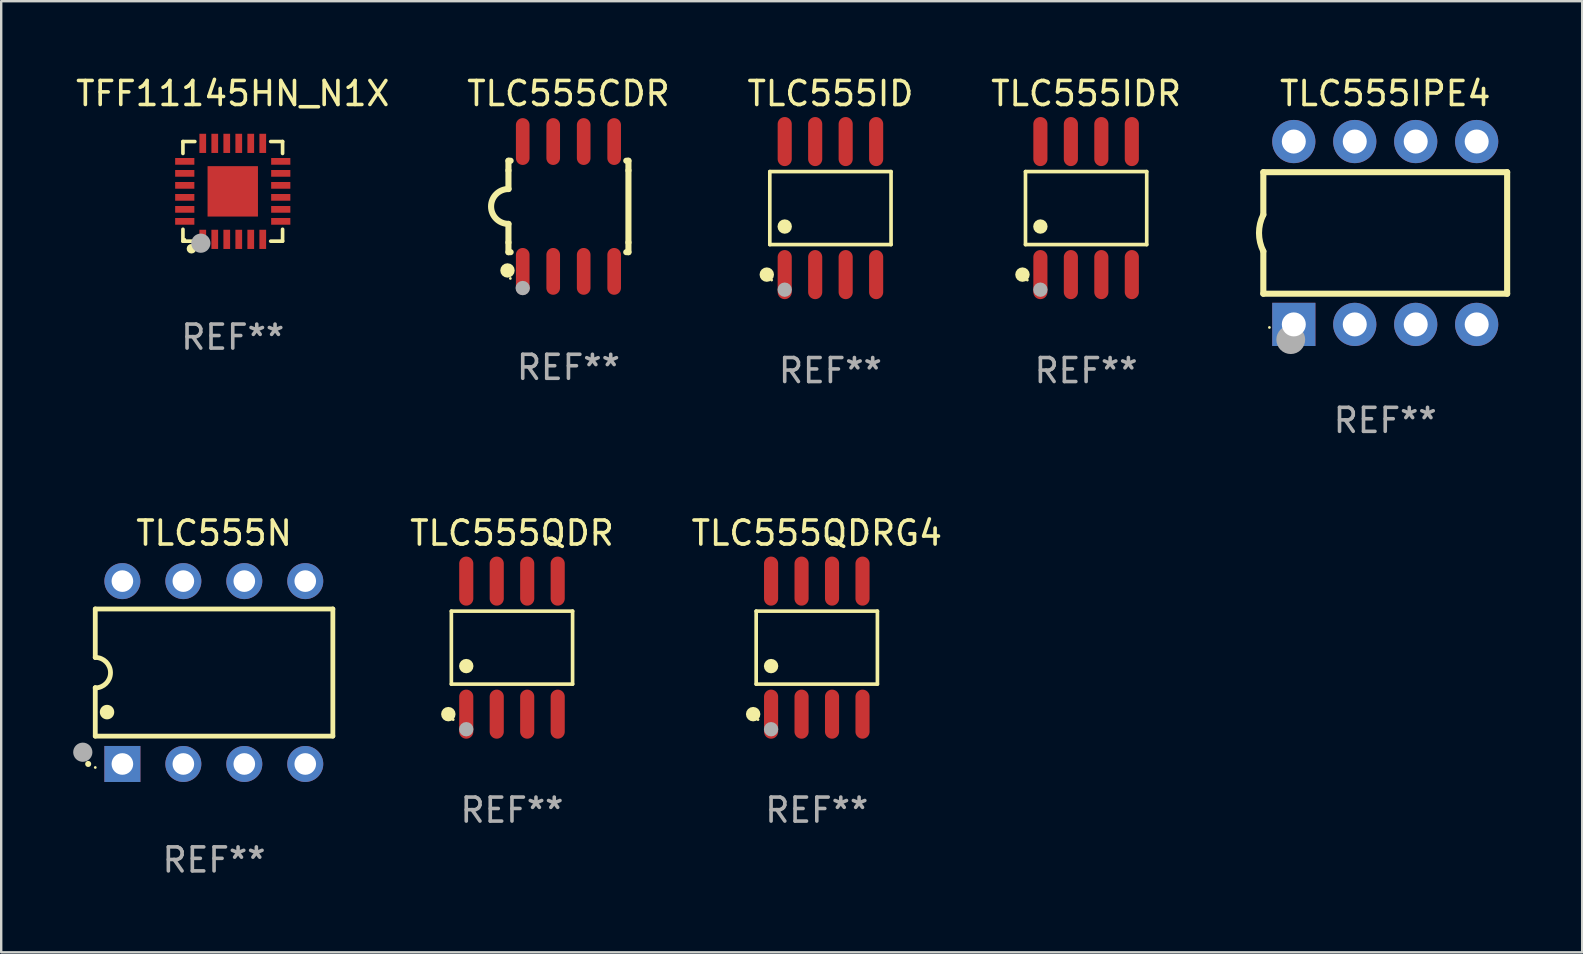
<source format=kicad_pcb>
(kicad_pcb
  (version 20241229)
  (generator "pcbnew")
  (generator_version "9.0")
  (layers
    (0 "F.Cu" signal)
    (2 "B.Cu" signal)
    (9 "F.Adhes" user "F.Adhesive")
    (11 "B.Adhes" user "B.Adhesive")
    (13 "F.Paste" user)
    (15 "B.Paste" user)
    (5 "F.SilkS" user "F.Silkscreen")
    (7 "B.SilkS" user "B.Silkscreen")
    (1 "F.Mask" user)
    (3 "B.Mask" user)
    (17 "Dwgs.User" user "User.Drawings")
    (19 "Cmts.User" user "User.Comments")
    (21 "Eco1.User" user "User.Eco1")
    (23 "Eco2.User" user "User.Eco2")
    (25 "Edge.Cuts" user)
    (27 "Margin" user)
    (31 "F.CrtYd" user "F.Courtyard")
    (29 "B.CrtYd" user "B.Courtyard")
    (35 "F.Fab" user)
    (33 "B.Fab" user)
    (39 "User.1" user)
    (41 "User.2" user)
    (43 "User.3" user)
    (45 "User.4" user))
  (footprint "TLC555QDR"
    (layer "F.Cu")
    (at 18.284 23.937)
    (property "Reference" "TLC555QDR" (at 0 -4.772 0) (layer "F.SilkS") (effects (font (size 1 1) (thickness 0.15))))
    (attr through_hole)
    (fp_line (start -2.526 -1.521) (end 2.526 -1.521) (stroke (width 0.152) (type solid)) (layer "F.SilkS"))
    (fp_line (start -2.526 1.521) (end -2.526 -1.521) (stroke (width 0.152) (type solid)) (layer "F.SilkS"))
    (fp_line (start 2.526 -1.521) (end 2.526 1.521) (stroke (width 0.152) (type solid)) (layer "F.SilkS"))
    (fp_line (start 2.526 1.521) (end -2.526 1.521) (stroke (width 0.152) (type solid)) (layer "F.SilkS"))
    (fp_circle (center -2.652 2.772) (end -2.501 2.772) (stroke (width 0.3) (type solid)) (fill no) (layer "F.SilkS"))
    (fp_circle (center -2.45 3) (end -2.42 3) (stroke (width 0.06) (type solid)) (fill no) (layer "F.SilkS"))
    (fp_circle (center -1.905 0.769) (end -1.755 0.769) (stroke (width 0.3) (type solid)) (fill no) (layer "F.SilkS"))
    (fp_circle (center -1.905 3.4) (end -1.755 3.4) (stroke (width 0.3) (type solid)) (fill no) (layer "F.Fab"))
    (fp_text user "REF**" (at 0 6.772 0) (layer "F.Fab") (effects (font (size 1 1) (thickness 0.15))))
    (pad "1" smd oval (at -1.905 2.772) (size 0.588 2.045) (layers "F.Cu" "F.Mask" "F.Paste"))
    (pad "2" smd oval (at -0.635 2.772) (size 0.588 2.045) (layers "F.Cu" "F.Mask" "F.Paste"))
    (pad "3" smd oval (at 0.635 2.772) (size 0.588 2.045) (layers "F.Cu" "F.Mask" "F.Paste"))
    (pad "4" smd oval (at 1.905 2.772) (size 0.588 2.045) (layers "F.Cu" "F.Mask" "F.Paste"))
    (pad "5" smd oval (at 1.905 -2.772) (size 0.588 2.045) (layers "F.Cu" "F.Mask" "F.Paste"))
    (pad "6" smd oval (at 0.635 -2.772) (size 0.588 2.045) (layers "F.Cu" "F.Mask" "F.Paste"))
    (pad "7" smd oval (at -0.635 -2.772) (size 0.588 2.045) (layers "F.Cu" "F.Mask" "F.Paste"))
    (pad "8" smd oval (at -1.905 -2.772) (size 0.588 2.045) (layers "F.Cu" "F.Mask" "F.Paste")))
  (footprint "TLC555CDR"
    (layer "F.Cu")
    (at 20.637 5.553)
    (property "Reference" "TLC555CDR" (at 0 -4.705 0) (layer "F.SilkS") (effects (font (size 1 1) (thickness 0.15))))
    (attr through_hole)
    (fp_line (start -2.5 -1.905) (end -2.409 -1.905) (stroke (width 0.254) (type solid)) (layer "F.SilkS"))
    (fp_line (start -2.5 -1.5) (end -2.5 -1.905) (stroke (width 0.254) (type solid)) (layer "F.SilkS"))
    (fp_line (start -2.5 -1.5) (end -2.5 -0.726) (stroke (width 0.254) (type solid)) (layer "F.SilkS"))
    (fp_line (start -2.5 1.5) (end -2.5 0.727) (stroke (width 0.254) (type solid)) (layer "F.SilkS"))
    (fp_line (start -2.5 1.5) (end -2.5 1.905) (stroke (width 0.254) (type solid)) (layer "F.SilkS"))
    (fp_line (start -2.5 1.905) (end -2.409 1.905) (stroke (width 0.254) (type solid)) (layer "F.SilkS"))
    (fp_line (start 2.5 -1.905) (end 2.409 -1.905) (stroke (width 0.254) (type solid)) (layer "F.SilkS"))
    (fp_line (start 2.5 -1.5) (end 2.5 -1.905) (stroke (width 0.254) (type solid)) (layer "F.SilkS"))
    (fp_line (start 2.5 -1.5) (end 2.5 1.5) (stroke (width 0.254) (type solid)) (layer "F.SilkS"))
    (fp_line (start 2.5 1.5) (end 2.5 1.905) (stroke (width 0.254) (type solid)) (layer "F.SilkS"))
    (fp_line (start 2.5 1.905) (end 2.409 1.905) (stroke (width 0.254) (type solid)) (layer "F.SilkS"))
    (fp_arc (start -2.5 0.726568) (mid -3.220316 -0.0023) (end -2.495097 -0.726289) (stroke (width 0.254001) (type solid)) (layer "F.SilkS"))
    (fp_circle (center -2.54 2.667) (end -2.39 2.667) (stroke (width 0.3) (type solid)) (fill no) (layer "F.SilkS"))
    (fp_circle (center -2.42 3) (end -2.39 3) (stroke (width 0.06) (type solid)) (fill no) (layer "F.SilkS"))
    (fp_circle (center -1.905 3.4) (end -1.755 3.4) (stroke (width 0.3) (type solid)) (fill no) (layer "F.Fab"))
    (fp_text user "REF**" (at 0 6.705 0) (layer "F.Fab") (effects (font (size 1 1) (thickness 0.15))))
    (pad "1" smd oval (at -1.905 2.705) (size 0.568 1.95) (layers "F.Cu" "F.Mask" "F.Paste"))
    (pad "2" smd oval (at -0.635 2.705) (size 0.568 1.95) (layers "F.Cu" "F.Mask" "F.Paste"))
    (pad "3" smd oval (at 0.635 2.705) (size 0.568 1.95) (layers "F.Cu" "F.Mask" "F.Paste"))
    (pad "4" smd oval (at 1.905 2.705) (size 0.568 1.95) (layers "F.Cu" "F.Mask" "F.Paste"))
    (pad "5" smd oval (at 1.905 -2.705) (size 0.568 1.95) (layers "F.Cu" "F.Mask" "F.Paste"))
    (pad "6" smd oval (at 0.635 -2.705) (size 0.568 1.95) (layers "F.Cu" "F.Mask" "F.Paste"))
    (pad "7" smd oval (at -0.635 -2.705) (size 0.568 1.95) (layers "F.Cu" "F.Mask" "F.Paste"))
    (pad "8" smd oval (at -1.905 -2.705) (size 0.568 1.95) (layers "F.Cu" "F.Mask" "F.Paste")))
  (footprint "TLC555N"
    (layer "F.Cu")
    (at 5.87 24.975)
    (property "Reference" "TLC555N" (at 0 -5.81 0) (layer "F.SilkS") (effects (font (size 1 1) (thickness 0.15))))
    (attr through_hole)
    (fp_line (start -4.95 -2.649) (end 4.95 -2.649) (stroke (width 0.2) (type solid)) (layer "F.SilkS"))
    (fp_line (start -4.95 -0.635) (end -4.95 -2.649) (stroke (width 0.2) (type solid)) (layer "F.SilkS"))
    (fp_line (start -4.95 0.635) (end -4.95 0.64) (stroke (width 0.2) (type solid)) (layer "F.SilkS"))
    (fp_line (start -4.95 2.649) (end -4.95 0.635) (stroke (width 0.2) (type solid)) (layer "F.SilkS"))
    (fp_line (start -4.95 -0.64) (end -4.95 -0.635) (stroke (width 0.2) (type solid)) (layer "F.SilkS"))
    (fp_line (start 4.95 -2.649) (end 4.95 2.649) (stroke (width 0.2) (type solid)) (layer "F.SilkS"))
    (fp_line (start 4.95 2.649) (end -4.95 2.649) (stroke (width 0.2) (type solid)) (layer "F.SilkS"))
    (fp_arc (start -5.24511 3.810008) (mid -5.245117 3.808738) (end -5.24511 3.807468) (stroke (width 0.25) (type solid)) (layer "F.SilkS"))
    (fp_arc (start -4.950165 -0.629997) (mid -4.315164 0.005004) (end -4.950165 0.640005) (stroke (width 0.2) (type solid)) (layer "F.SilkS"))
    (fp_arc (start -4.460249 1.651003) (mid -4.46026 1.648463) (end -4.460249 1.645923) (stroke (width 0.6) (type solid)) (layer "F.SilkS"))
    (fp_circle (center -4.95 3.956) (end -4.92 3.956) (stroke (width 0.06) (type solid)) (fill no) (layer "F.SilkS"))
    (fp_circle (center -5.47 3.32) (end -5.27 3.32) (stroke (width 0.4) (type solid)) (fill no) (layer "F.Fab"))
    (fp_text user "REF**" (at 0 7.81 0) (layer "F.Fab") (effects (font (size 1 1) (thickness 0.15))))
    (pad "1" thru_hole rect (at -3.82 3.81) (size 1.5 1.5) (drill 0.9) (layers "*.Cu" "*.Mask"))
    (pad "2" thru_hole circle (at -1.28 3.81) (size 1.5 1.5) (drill 0.9) (layers "*.Cu" "*.Mask"))
    (pad "3" thru_hole circle (at 1.26 3.81) (size 1.5 1.5) (drill 0.9) (layers "*.Cu" "*.Mask"))
    (pad "4" thru_hole circle (at 3.8 3.81) (size 1.5 1.5) (drill 0.9) (layers "*.Cu" "*.Mask"))
    (pad "5" thru_hole circle (at 3.8 -3.81) (size 1.5 1.5) (drill 0.9) (layers "*.Cu" "*.Mask"))
    (pad "6" thru_hole circle (at 1.26 -3.81) (size 1.5 1.5) (drill 0.9) (layers "*.Cu" "*.Mask"))
    (pad "7" thru_hole circle (at -1.28 -3.81) (size 1.5 1.5) (drill 0.9) (layers "*.Cu" "*.Mask"))
    (pad "8" thru_hole circle (at -3.82 -3.81) (size 1.5 1.5) (drill 0.9) (layers "*.Cu" "*.Mask")))
  (footprint "TLC555ID"
    (layer "F.Cu")
    (at 31.554 5.621)
    (property "Reference" "TLC555ID" (at 0 -4.772 0) (layer "F.SilkS") (effects (font (size 1 1) (thickness 0.15))))
    (attr through_hole)
    (fp_line (start -2.526 -1.521) (end 2.526 -1.521) (stroke (width 0.152) (type solid)) (layer "F.SilkS"))
    (fp_line (start -2.526 1.521) (end -2.526 -1.521) (stroke (width 0.152) (type solid)) (layer "F.SilkS"))
    (fp_line (start 2.526 -1.521) (end 2.526 1.521) (stroke (width 0.152) (type solid)) (layer "F.SilkS"))
    (fp_line (start 2.526 1.521) (end -2.526 1.521) (stroke (width 0.152) (type solid)) (layer "F.SilkS"))
    (fp_circle (center -2.652 2.772) (end -2.501 2.772) (stroke (width 0.3) (type solid)) (fill no) (layer "F.SilkS"))
    (fp_circle (center -2.45 3) (end -2.42 3) (stroke (width 0.06) (type solid)) (fill no) (layer "F.SilkS"))
    (fp_circle (center -1.905 0.769) (end -1.755 0.769) (stroke (width 0.3) (type solid)) (fill no) (layer "F.SilkS"))
    (fp_circle (center -1.905 3.4) (end -1.755 3.4) (stroke (width 0.3) (type solid)) (fill no) (layer "F.Fab"))
    (fp_text user "REF**" (at 0 6.772 0) (layer "F.Fab") (effects (font (size 1 1) (thickness 0.15))))
    (pad "1" smd oval (at -1.905 2.772) (size 0.588 2.045) (layers "F.Cu" "F.Mask" "F.Paste"))
    (pad "2" smd oval (at -0.635 2.772) (size 0.588 2.045) (layers "F.Cu" "F.Mask" "F.Paste"))
    (pad "3" smd oval (at 0.635 2.772) (size 0.588 2.045) (layers "F.Cu" "F.Mask" "F.Paste"))
    (pad "4" smd oval (at 1.905 2.772) (size 0.588 2.045) (layers "F.Cu" "F.Mask" "F.Paste"))
    (pad "5" smd oval (at 1.905 -2.772) (size 0.588 2.045) (layers "F.Cu" "F.Mask" "F.Paste"))
    (pad "6" smd oval (at 0.635 -2.772) (size 0.588 2.045) (layers "F.Cu" "F.Mask" "F.Paste"))
    (pad "7" smd oval (at -0.635 -2.772) (size 0.588 2.045) (layers "F.Cu" "F.Mask" "F.Paste"))
    (pad "8" smd oval (at -1.905 -2.772) (size 0.588 2.045) (layers "F.Cu" "F.Mask" "F.Paste")))
  (footprint "TFF11145HN_N1X"
    (layer "F.Cu")
    (at 6.649 4.924)
    (property "Reference" "TFF11145HN_N1X" (at 0 -4.076 0) (layer "F.SilkS") (effects (font (size 1 1) (thickness 0.15))))
    (attr through_hole)
    (fp_line (start -2.076 -2.076) (end -1.58 -2.076) (stroke (width 0.152) (type solid)) (layer "F.SilkS"))
    (fp_line (start -2.076 -1.58) (end -2.076 -2.076) (stroke (width 0.152) (type solid)) (layer "F.SilkS"))
    (fp_line (start -2.076 1.58) (end -2.076 2.076) (stroke (width 0.152) (type solid)) (layer "F.SilkS"))
    (fp_line (start -2.076 2.076) (end -1.58 2.076) (stroke (width 0.152) (type solid)) (layer "F.SilkS"))
    (fp_line (start 2.076 -2.076) (end 1.58 -2.076) (stroke (width 0.152) (type solid)) (layer "F.SilkS"))
    (fp_line (start 2.076 -1.58) (end 2.076 -2.076) (stroke (width 0.152) (type solid)) (layer "F.SilkS"))
    (fp_line (start 2.076 1.58) (end 2.076 2.076) (stroke (width 0.152) (type solid)) (layer "F.SilkS"))
    (fp_line (start 2.076 2.076) (end 1.58 2.076) (stroke (width 0.152) (type solid)) (layer "F.SilkS"))
    (fp_circle (center -2 2) (end -1.97 2) (stroke (width 0.06) (type solid)) (fill no) (layer "F.SilkS"))
    (fp_circle (center -1.72 2.39) (end -1.62 2.39) (stroke (width 0.2) (type solid)) (fill no) (layer "F.SilkS"))
    (fp_circle (center -1.33 2.16) (end -1.13 2.16) (stroke (width 0.4) (type solid)) (fill no) (layer "F.Fab"))
    (fp_text user "REF**" (at 0 6.076 0) (layer "F.Fab") (effects (font (size 1 1) (thickness 0.15))))
    (pad "1" smd rect (at -1.25 2) (size 0.28 0.8) (layers "F.Cu" "F.Mask" "F.Paste"))
    (pad "2" smd rect (at -0.75 2) (size 0.28 0.8) (layers "F.Cu" "F.Mask" "F.Paste"))
    (pad "3" smd rect (at -0.25 2) (size 0.28 0.8) (layers "F.Cu" "F.Mask" "F.Paste"))
    (pad "4" smd rect (at 0.25 2) (size 0.28 0.8) (layers "F.Cu" "F.Mask" "F.Paste"))
    (pad "5" smd rect (at 0.75 2) (size 0.28 0.8) (layers "F.Cu" "F.Mask" "F.Paste"))
    (pad "6" smd rect (at 1.25 2) (size 0.28 0.8) (layers "F.Cu" "F.Mask" "F.Paste"))
    (pad "7" smd rect (at 2 1.25) (size 0.8 0.28) (layers "F.Cu" "F.Mask" "F.Paste"))
    (pad "8" smd rect (at 2 0.75) (size 0.8 0.28) (layers "F.Cu" "F.Mask" "F.Paste"))
    (pad "9" smd rect (at 2 0.25) (size 0.8 0.28) (layers "F.Cu" "F.Mask" "F.Paste"))
    (pad "10" smd rect (at 2 -0.25) (size 0.8 0.28) (layers "F.Cu" "F.Mask" "F.Paste"))
    (pad "11" smd rect (at 2 -0.75) (size 0.8 0.28) (layers "F.Cu" "F.Mask" "F.Paste"))
    (pad "12" smd rect (at 2 -1.25) (size 0.8 0.28) (layers "F.Cu" "F.Mask" "F.Paste"))
    (pad "13" smd rect (at 1.25 -2) (size 0.28 0.8) (layers "F.Cu" "F.Mask" "F.Paste"))
    (pad "14" smd rect (at 0.75 -2) (size 0.28 0.8) (layers "F.Cu" "F.Mask" "F.Paste"))
    (pad "15" smd rect (at 0.25 -2) (size 0.28 0.8) (layers "F.Cu" "F.Mask" "F.Paste"))
    (pad "16" smd rect (at -0.25 -2) (size 0.28 0.8) (layers "F.Cu" "F.Mask" "F.Paste"))
    (pad "17" smd rect (at -0.75 -2) (size 0.28 0.8) (layers "F.Cu" "F.Mask" "F.Paste"))
    (pad "18" smd rect (at -1.25 -2) (size 0.28 0.8) (layers "F.Cu" "F.Mask" "F.Paste"))
    (pad "19" smd rect (at -2 -1.25) (size 0.8 0.28) (layers "F.Cu" "F.Mask" "F.Paste"))
    (pad "20" smd rect (at -2 -0.75) (size 0.8 0.28) (layers "F.Cu" "F.Mask" "F.Paste"))
    (pad "21" smd rect (at -2 -0.25) (size 0.8 0.28) (layers "F.Cu" "F.Mask" "F.Paste"))
    (pad "22" smd rect (at -2 0.25) (size 0.8 0.28) (layers "F.Cu" "F.Mask" "F.Paste"))
    (pad "23" smd rect (at -2 0.75) (size 0.8 0.28) (layers "F.Cu" "F.Mask" "F.Paste"))
    (pad "24" smd rect (at -2 1.25) (size 0.8 0.28) (layers "F.Cu" "F.Mask" "F.Paste"))
    (pad "25" smd rect (at 0 0) (size 2.1 2.1) (layers "F.Cu" "F.Mask" "F.Paste")))
  (footprint "TLC555IDR"
    (layer "F.Cu")
    (at 42.208 5.621)
    (property "Reference" "TLC555IDR" (at 0 -4.772 0) (layer "F.SilkS") (effects (font (size 1 1) (thickness 0.15))))
    (attr through_hole)
    (fp_line (start -2.526 -1.521) (end 2.526 -1.521) (stroke (width 0.152) (type solid)) (layer "F.SilkS"))
    (fp_line (start -2.526 1.521) (end -2.526 -1.521) (stroke (width 0.152) (type solid)) (layer "F.SilkS"))
    (fp_line (start 2.526 -1.521) (end 2.526 1.521) (stroke (width 0.152) (type solid)) (layer "F.SilkS"))
    (fp_line (start 2.526 1.521) (end -2.526 1.521) (stroke (width 0.152) (type solid)) (layer "F.SilkS"))
    (fp_circle (center -2.652 2.772) (end -2.501 2.772) (stroke (width 0.3) (type solid)) (fill no) (layer "F.SilkS"))
    (fp_circle (center -2.45 3) (end -2.42 3) (stroke (width 0.06) (type solid)) (fill no) (layer "F.SilkS"))
    (fp_circle (center -1.905 0.769) (end -1.755 0.769) (stroke (width 0.3) (type solid)) (fill no) (layer "F.SilkS"))
    (fp_circle (center -1.905 3.4) (end -1.755 3.4) (stroke (width 0.3) (type solid)) (fill no) (layer "F.Fab"))
    (fp_text user "REF**" (at 0 6.772 0) (layer "F.Fab") (effects (font (size 1 1) (thickness 0.15))))
    (pad "1" smd oval (at -1.905 2.772) (size 0.588 2.045) (layers "F.Cu" "F.Mask" "F.Paste"))
    (pad "2" smd oval (at -0.635 2.772) (size 0.588 2.045) (layers "F.Cu" "F.Mask" "F.Paste"))
    (pad "3" smd oval (at 0.635 2.772) (size 0.588 2.045) (layers "F.Cu" "F.Mask" "F.Paste"))
    (pad "4" smd oval (at 1.905 2.772) (size 0.588 2.045) (layers "F.Cu" "F.Mask" "F.Paste"))
    (pad "5" smd oval (at 1.905 -2.772) (size 0.588 2.045) (layers "F.Cu" "F.Mask" "F.Paste"))
    (pad "6" smd oval (at 0.635 -2.772) (size 0.588 2.045) (layers "F.Cu" "F.Mask" "F.Paste"))
    (pad "7" smd oval (at -0.635 -2.772) (size 0.588 2.045) (layers "F.Cu" "F.Mask" "F.Paste"))
    (pad "8" smd oval (at -1.905 -2.772) (size 0.588 2.045) (layers "F.Cu" "F.Mask" "F.Paste")))
  (footprint "TLC555QDRG4"
    (layer "F.Cu")
    (at 30.986 23.937)
    (property "Reference" "TLC555QDRG4" (at 0 -4.772 0) (layer "F.SilkS") (effects (font (size 1 1) (thickness 0.15))))
    (attr through_hole)
    (fp_line (start -2.526 -1.521) (end 2.526 -1.521) (stroke (width 0.152) (type solid)) (layer "F.SilkS"))
    (fp_line (start -2.526 1.521) (end -2.526 -1.521) (stroke (width 0.152) (type solid)) (layer "F.SilkS"))
    (fp_line (start 2.526 -1.521) (end 2.526 1.521) (stroke (width 0.152) (type solid)) (layer "F.SilkS"))
    (fp_line (start 2.526 1.521) (end -2.526 1.521) (stroke (width 0.152) (type solid)) (layer "F.SilkS"))
    (fp_circle (center -2.652 2.772) (end -2.501 2.772) (stroke (width 0.3) (type solid)) (fill no) (layer "F.SilkS"))
    (fp_circle (center -2.45 3) (end -2.42 3) (stroke (width 0.06) (type solid)) (fill no) (layer "F.SilkS"))
    (fp_circle (center -1.905 0.769) (end -1.755 0.769) (stroke (width 0.3) (type solid)) (fill no) (layer "F.SilkS"))
    (fp_circle (center -1.905 3.4) (end -1.755 3.4) (stroke (width 0.3) (type solid)) (fill no) (layer "F.Fab"))
    (fp_text user "REF**" (at 0 6.772 0) (layer "F.Fab") (effects (font (size 1 1) (thickness 0.15))))
    (pad "1" smd oval (at -1.905 2.772) (size 0.588 2.045) (layers "F.Cu" "F.Mask" "F.Paste"))
    (pad "2" smd oval (at -0.635 2.772) (size 0.588 2.045) (layers "F.Cu" "F.Mask" "F.Paste"))
    (pad "3" smd oval (at 0.635 2.772) (size 0.588 2.045) (layers "F.Cu" "F.Mask" "F.Paste"))
    (pad "4" smd oval (at 1.905 2.772) (size 0.588 2.045) (layers "F.Cu" "F.Mask" "F.Paste"))
    (pad "5" smd oval (at 1.905 -2.772) (size 0.588 2.045) (layers "F.Cu" "F.Mask" "F.Paste"))
    (pad "6" smd oval (at 0.635 -2.772) (size 0.588 2.045) (layers "F.Cu" "F.Mask" "F.Paste"))
    (pad "7" smd oval (at -0.635 -2.772) (size 0.588 2.045) (layers "F.Cu" "F.Mask" "F.Paste"))
    (pad "8" smd oval (at -1.905 -2.772) (size 0.588 2.045) (layers "F.Cu" "F.Mask" "F.Paste")))
  (footprint "TLC555IPE4"
    (layer "F.Cu")
    (at 54.673 6.658)
    (property "Reference" "TLC555IPE4" (at 0 -5.81 0) (layer "F.SilkS") (effects (font (size 1 1) (thickness 0.15))))
    (attr through_hole)
    (fp_line (start -5.08 -2.534) (end 5.08 -2.534) (stroke (width 0.254) (type solid)) (layer "F.SilkS"))
    (fp_line (start -5.08 -0.762) (end -5.08 -2.534) (stroke (width 0.254) (type solid)) (layer "F.SilkS"))
    (fp_line (start -5.08 2.531) (end -5.08 0.762) (stroke (width 0.254) (type solid)) (layer "F.SilkS"))
    (fp_line (start -5.08 2.531) (end 5.08 2.531) (stroke (width 0.254) (type solid)) (layer "F.SilkS"))
    (fp_line (start 5.08 2.531) (end 5.08 -2.534) (stroke (width 0.254) (type solid)) (layer "F.SilkS"))
    (fp_arc (start -5.08001 0.762001) (mid -5.259894 0) (end -5.08001 -0.762002) (stroke (width 0.254001) (type solid)) (layer "F.SilkS"))
    (fp_circle (center -4.826 3.937) (end -4.796 3.937) (stroke (width 0.06) (type solid)) (fill no) (layer "F.SilkS"))
    (fp_circle (center -3.937 4.445) (end -3.637 4.445) (stroke (width 0.6) (type solid)) (fill no) (layer "F.Fab"))
    (fp_text user "REF**" (at 0 7.81 0) (layer "F.Fab") (effects (font (size 1 1) (thickness 0.15))))
    (pad "1" thru_hole rect (at -3.81 3.81) (size 1.8 1.8) (drill 1) (layers "*.Cu" "*.Mask"))
    (pad "2" thru_hole circle (at -1.27 3.81) (size 1.8 1.8) (drill 1) (layers "*.Cu" "*.Mask"))
    (pad "3" thru_hole circle (at 1.27 3.81) (size 1.8 1.8) (drill 1) (layers "*.Cu" "*.Mask"))
    (pad "4" thru_hole circle (at 3.81 3.81) (size 1.8 1.8) (drill 1) (layers "*.Cu" "*.Mask"))
    (pad "5" thru_hole circle (at 3.81 -3.81) (size 1.8 1.8) (drill 1) (layers "*.Cu" "*.Mask"))
    (pad "6" thru_hole circle (at 1.27 -3.81) (size 1.8 1.8) (drill 1) (layers "*.Cu" "*.Mask"))
    (pad "7" thru_hole circle (at -1.27 -3.81) (size 1.8 1.8) (drill 1) (layers "*.Cu" "*.Mask"))
    (pad "8" thru_hole circle (at -3.81 -3.81) (size 1.8 1.8) (drill 1) (layers "*.Cu" "*.Mask")))
  (gr_rect
    (start -3 -3)
    (end 62.88 36.633)
    (stroke (width 0.1) (type default))
    (fill no)
    (layer "Edge.Cuts")))
</source>
